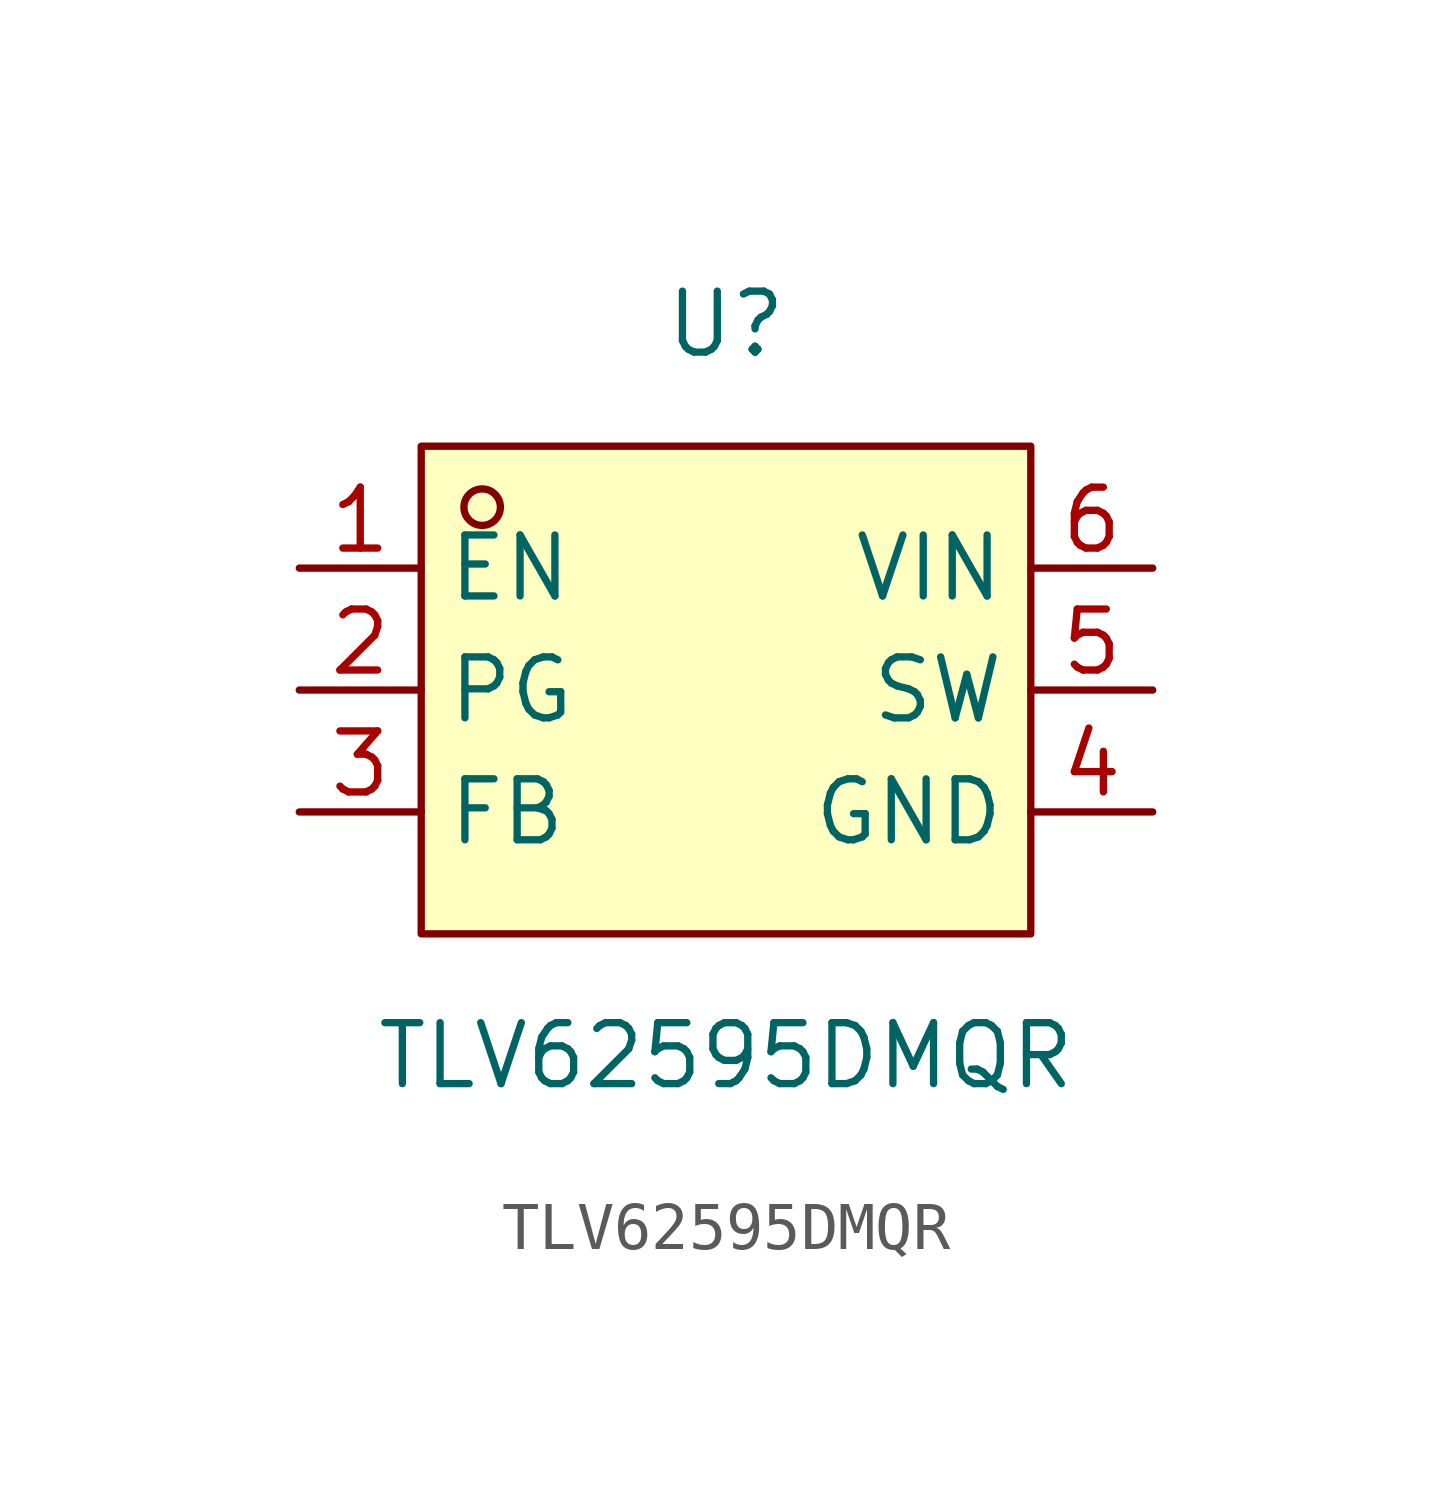
<source format=kicad_sym>
(kicad_symbol_lib
  (version 20211014)
  (generator https://github.com/uPesy/easyeda2kicad.py)
  (symbol "TLV62595DMQR"
    (property "Reference" "U"
      (at 0 7.62 0)
      (effects (font (size 1.27 1.27))))
    (property "Value" "TLV62595DMQR"
      (at 0 -7.62 0)
      (effects (font (size 1.27 1.27))))
    (symbol "TLV62595DMQR_0_1"
      (rectangle (start -6.35 5.08) (end 6.35 -5.08) (stroke (width 0) (type default) (color 0 0 0 0)) (fill (type background)))
      (circle (center -5.08 3.81) (radius 0.38) (stroke (width 0) (type default) (color 0 0 0 0)) (fill (type none)))
      (pin unspecified line (at -8.89 2.54 0) (length 2.54) (name "EN" (effects (font (size 1.27 1.27)))) (number "1" (effects (font (size 1.27 1.27)))))
      (pin unspecified line (at -8.89 -0.00 0) (length 2.54) (name "PG" (effects (font (size 1.27 1.27)))) (number "2" (effects (font (size 1.27 1.27)))))
      (pin unspecified line (at -8.89 -2.54 0) (length 2.54) (name "FB" (effects (font (size 1.27 1.27)))) (number "3" (effects (font (size 1.27 1.27)))))
      (pin unspecified line (at 8.89 -2.54 180) (length 2.54) (name "GND" (effects (font (size 1.27 1.27)))) (number "4" (effects (font (size 1.27 1.27)))))
      (pin unspecified line (at 8.89 -0.00 180) (length 2.54) (name "SW" (effects (font (size 1.27 1.27)))) (number "5" (effects (font (size 1.27 1.27)))))
      (pin unspecified line (at 8.89 2.54 180) (length 2.54) (name "VIN" (effects (font (size 1.27 1.27)))) (number "6" (effects (font (size 1.27 1.27))))))))
</source>
